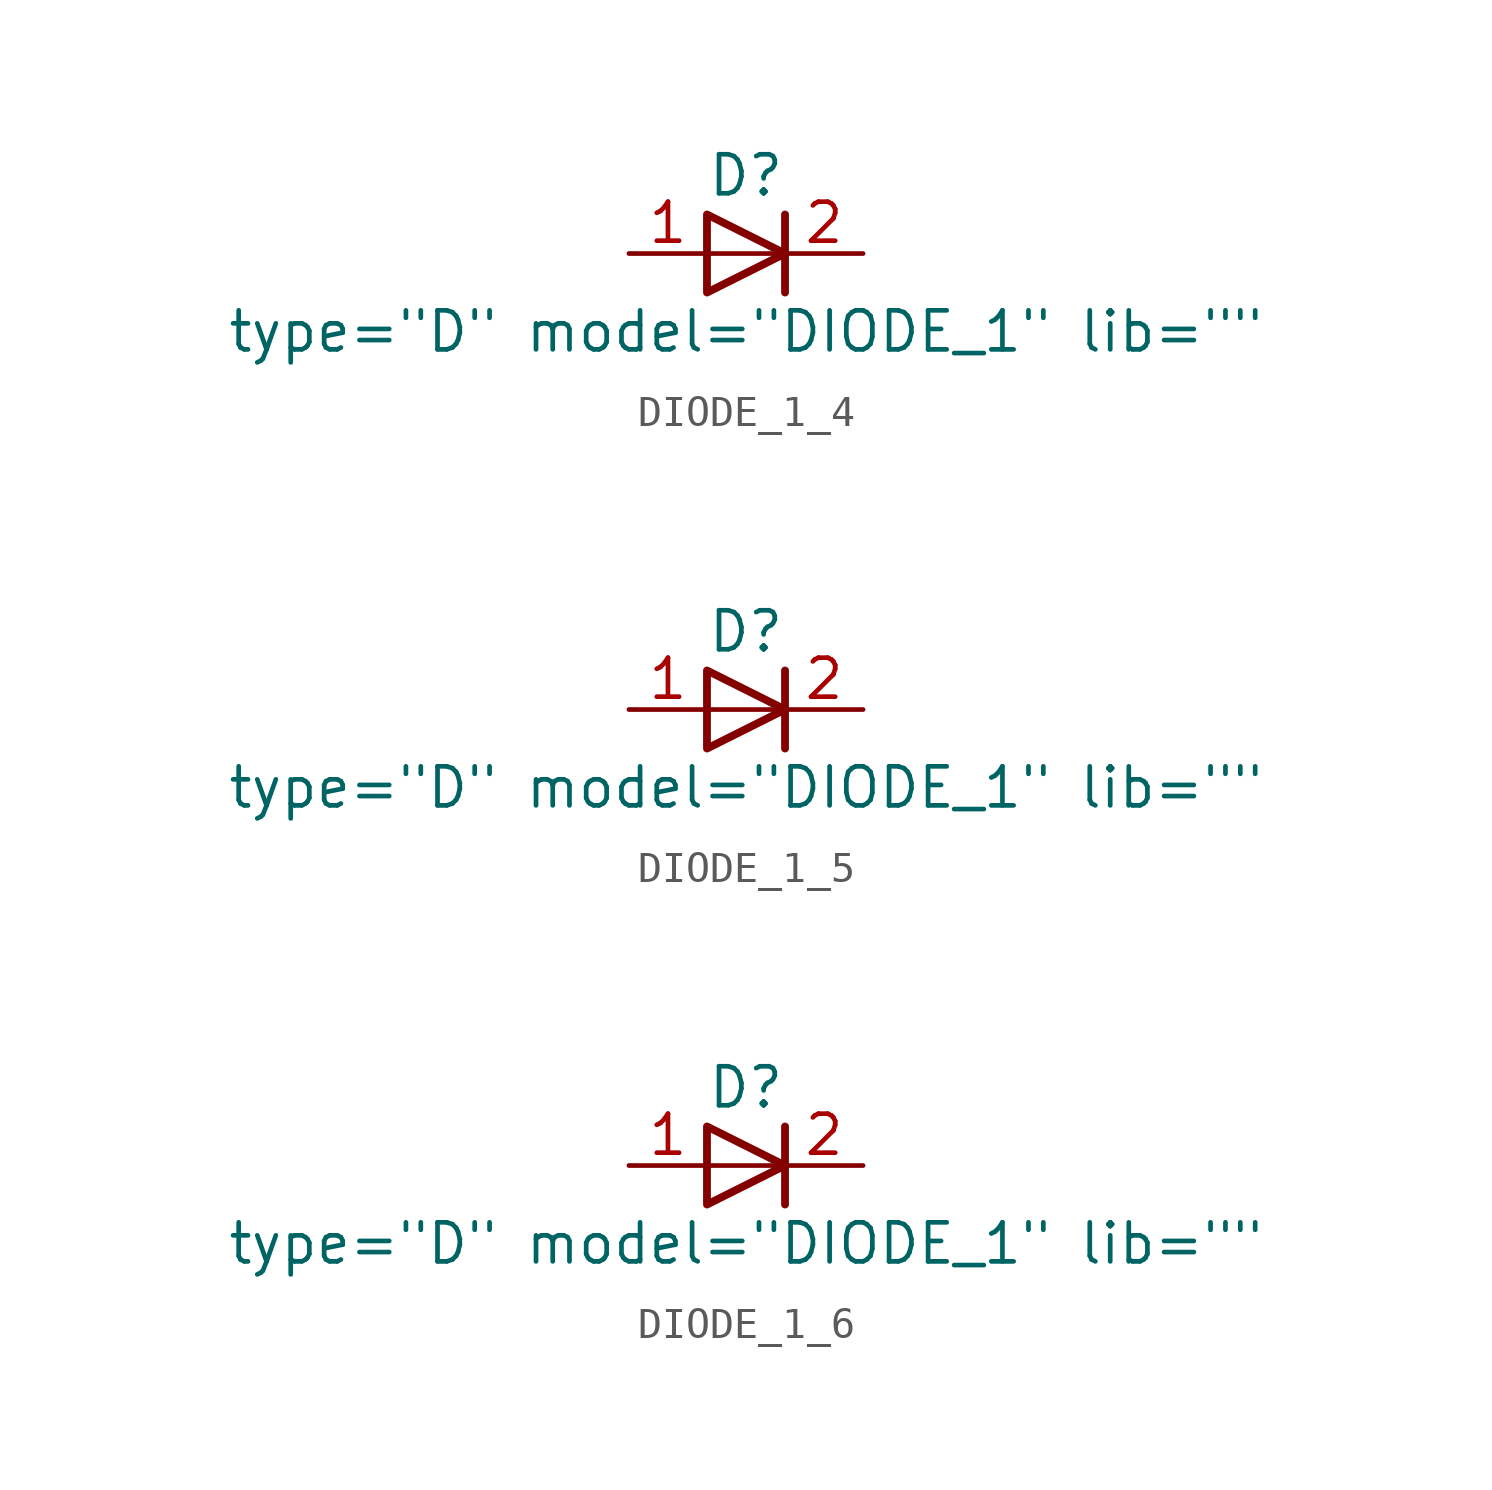
<source format=kicad_sym>
(kicad_symbol_lib
  (version 20231120)
  (generator "kicad_symbol_editor")
  (generator_version "8.0")
  (symbol "DIODE_1_4"
    (pin_names
      (offset 1.016) hide)
    (property "Reference" "D"
      (at 0 2.54 0)
      (effects (font (size 1.27 1.27))))
    (property "Value" "${SIM.PARAMS}"
      (at 0 -2.54 0)
      (effects (font (size 1.27 1.27))))
    (property "Sim.Params" "type=\"D\" model=\"DIODE_1\" lib=\"\""
      (at 0 0 0)
      (effects (font (size 1.27 1.27)) (hide yes)))
    (symbol "DIODE_1_4_0_1"
      (polyline (pts (xy 1.27 0) (xy -1.27 0)) (stroke (width 0) (type default)) (fill (type none)))
      (polyline (pts (xy 1.27 1.27) (xy 1.27 -1.27)) (stroke (width 0.254) (type default)) (fill (type none)))
      (polyline (pts (xy -1.27 -1.27) (xy -1.27 1.27) (xy 1.27 0) (xy -1.27 -1.27)) (stroke (width 0.254) (type default)) (fill (type none))))
    (symbol "DIODE_1_4_1_1"
      (pin passive line (at -3.81 0 0) (length 2.54) (name "A" (effects (font (size 1.27 1.27)))) (number "1" (effects (font (size 1.27 1.27)))))
      (pin passive line (at 3.81 0 180) (length 2.54) (name "K" (effects (font (size 1.27 1.27)))) (number "2" (effects (font (size 1.27 1.27)))))))
  (symbol "DIODE_1_5"
    (pin_names
      (offset 1.016) hide)
    (property "Reference" "D"
      (at 0 2.54 0)
      (effects (font (size 1.27 1.27))))
    (property "Value" "${SIM.PARAMS}"
      (at 0 -2.54 0)
      (effects (font (size 1.27 1.27))))
    (property "Sim.Params" "type=\"D\" model=\"DIODE_1\" lib=\"\""
      (at 0 0 0)
      (effects (font (size 1.27 1.27)) (hide yes)))
    (symbol "DIODE_1_5_0_1"
      (polyline (pts (xy 1.27 0) (xy -1.27 0)) (stroke (width 0) (type default)) (fill (type none)))
      (polyline (pts (xy 1.27 1.27) (xy 1.27 -1.27)) (stroke (width 0.254) (type default)) (fill (type none)))
      (polyline (pts (xy -1.27 -1.27) (xy -1.27 1.27) (xy 1.27 0) (xy -1.27 -1.27)) (stroke (width 0.254) (type default)) (fill (type none))))
    (symbol "DIODE_1_5_1_1"
      (pin passive line (at -3.81 0 0) (length 2.54) (name "A" (effects (font (size 1.27 1.27)))) (number "1" (effects (font (size 1.27 1.27)))))
      (pin passive line (at 3.81 0 180) (length 2.54) (name "K" (effects (font (size 1.27 1.27)))) (number "2" (effects (font (size 1.27 1.27)))))))
  (symbol "DIODE_1_6"
    (pin_names
      (offset 1.016) hide)
    (property "Reference" "D"
      (at 0 2.54 0)
      (effects (font (size 1.27 1.27))))
    (property "Value" "${SIM.PARAMS}"
      (at 0 -2.54 0)
      (effects (font (size 1.27 1.27))))
    (property "Sim.Params" "type=\"D\" model=\"DIODE_1\" lib=\"\""
      (at 0 0 0)
      (effects (font (size 1.27 1.27)) (hide yes)))
    (symbol "DIODE_1_6_0_1"
      (polyline (pts (xy 1.27 0) (xy -1.27 0)) (stroke (width 0) (type default)) (fill (type none)))
      (polyline (pts (xy 1.27 1.27) (xy 1.27 -1.27)) (stroke (width 0.254) (type default)) (fill (type none)))
      (polyline (pts (xy -1.27 -1.27) (xy -1.27 1.27) (xy 1.27 0) (xy -1.27 -1.27)) (stroke (width 0.254) (type default)) (fill (type none))))
    (symbol "DIODE_1_6_1_1"
      (pin passive line (at -3.81 0 0) (length 2.54) (name "A" (effects (font (size 1.27 1.27)))) (number "1" (effects (font (size 1.27 1.27)))))
      (pin passive line (at 3.81 0 180) (length 2.54) (name "K" (effects (font (size 1.27 1.27)))) (number "2" (effects (font (size 1.27 1.27))))))))
</source>
